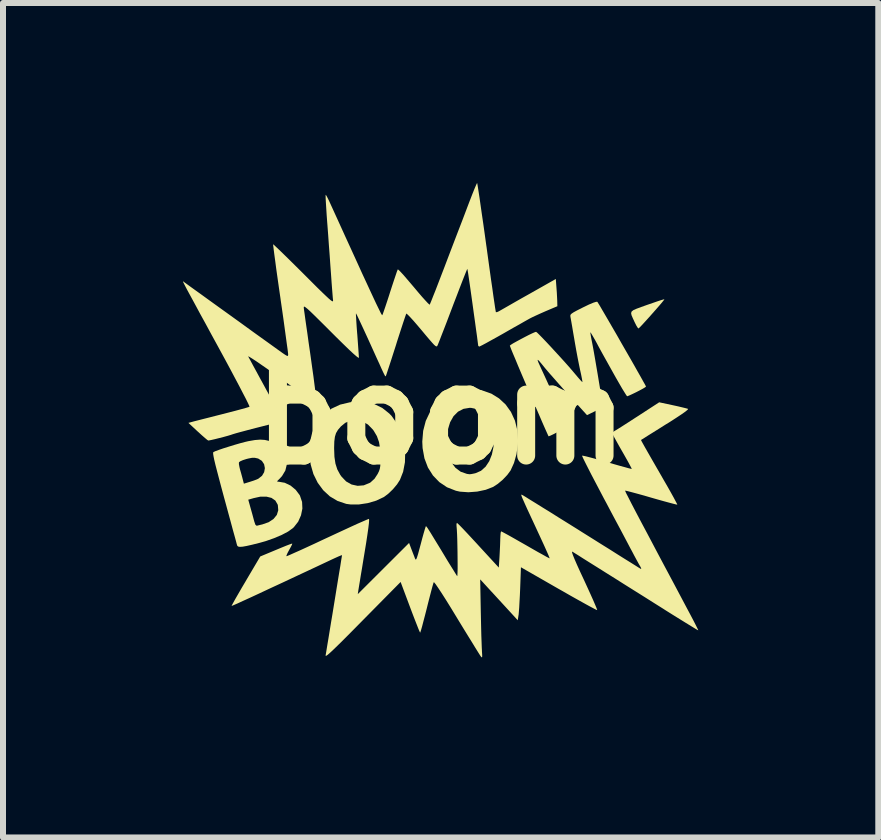
<source format=kicad_pcb>
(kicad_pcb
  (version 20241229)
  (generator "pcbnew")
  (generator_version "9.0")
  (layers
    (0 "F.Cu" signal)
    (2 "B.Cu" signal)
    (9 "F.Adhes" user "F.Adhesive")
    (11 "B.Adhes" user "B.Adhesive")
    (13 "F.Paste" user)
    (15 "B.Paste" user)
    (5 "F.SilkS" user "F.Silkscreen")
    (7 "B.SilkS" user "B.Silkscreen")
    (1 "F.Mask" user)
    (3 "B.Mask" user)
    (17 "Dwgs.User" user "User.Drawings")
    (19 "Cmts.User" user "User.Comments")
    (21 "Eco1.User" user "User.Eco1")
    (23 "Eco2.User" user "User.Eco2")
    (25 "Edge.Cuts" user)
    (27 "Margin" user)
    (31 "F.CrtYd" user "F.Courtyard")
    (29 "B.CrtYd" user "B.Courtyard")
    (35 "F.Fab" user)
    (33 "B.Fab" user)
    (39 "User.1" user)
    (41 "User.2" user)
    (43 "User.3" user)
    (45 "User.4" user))
  (footprint "boom"
    (layer "F.Cu")
    (at 4.303 3.852)
    (property "Reference" "boom" (at 0 0 0) (layer "F.SilkS") (effects (font (size 1.524 1.524) (thickness 0.3))))
    (attr board_only exclude_from_pos_files exclude_from_bom)
    (fp_poly (pts (xy 3.71 -1.901) (xy 3.682 -1.866) (xy 3.639 -1.815) (xy 3.585 -1.753) (xy 3.525 -1.685) (xy 3.464 -1.616) (xy 3.405 -1.551) (xy 3.354 -1.495) (xy 3.314 -1.453) (xy 3.291 -1.431) (xy 3.287 -1.428) (xy 3.274 -1.44) (xy 3.251 -1.477) (xy 3.224 -1.531) (xy 3.221 -1.537) (xy 3.191 -1.602) (xy 3.171 -1.649) (xy 3.164 -1.684) (xy 3.173 -1.711) (xy 3.202 -1.734) (xy 3.254 -1.757) (xy 3.332 -1.786) (xy 3.43 -1.821) (xy 3.523 -1.853) (xy 3.604 -1.881) (xy 3.668 -1.902) (xy 3.708 -1.913) (xy 3.719 -1.915)) (stroke (width 0) (type solid)) (fill yes) (layer "F.SilkS"))
    (fp_poly (pts (xy 0.691 -0.393) (xy 0.835 -0.342) (xy 0.963 -0.263) (xy 1.073 -0.161) (xy 1.162 -0.037) (xy 1.228 0.107) (xy 1.268 0.268) (xy 1.28 0.443) (xy 1.277 0.504) (xy 1.254 0.666) (xy 1.212 0.814) (xy 1.156 0.937) (xy 1.101 1.012) (xy 1.026 1.091) (xy 0.943 1.161) (xy 0.865 1.212) (xy 0.865 1.212) (xy 0.741 1.26) (xy 0.599 1.29) (xy 0.452 1.301) (xy 0.312 1.291) (xy 0.244 1.276) (xy 0.096 1.218) (xy -0.032 1.132) (xy -0.138 1.022) (xy -0.222 0.889) (xy -0.28 0.736) (xy -0.311 0.565) (xy -0.316 0.457) (xy -0.311 0.397) (xy 0.092 0.397) (xy 0.095 0.552) (xy 0.122 0.689) (xy 0.169 0.804) (xy 0.238 0.895) (xy 0.324 0.959) (xy 0.428 0.995) (xy 0.472 1.001) (xy 0.501 0.998) (xy 0.551 0.988) (xy 0.575 0.982) (xy 0.663 0.943) (xy 0.739 0.875) (xy 0.8 0.783) (xy 0.844 0.672) (xy 0.87 0.547) (xy 0.875 0.413) (xy 0.862 0.3) (xy 0.825 0.163) (xy 0.769 0.053) (xy 0.694 -0.03) (xy 0.604 -0.083) (xy 0.498 -0.105) (xy 0.475 -0.106) (xy 0.371 -0.089) (xy 0.28 -0.042) (xy 0.205 0.033) (xy 0.148 0.134) (xy 0.109 0.26) (xy 0.092 0.397) (xy -0.311 0.397) (xy -0.301 0.277) (xy -0.258 0.112) (xy -0.188 -0.036) (xy -0.094 -0.163) (xy 0.022 -0.267) (xy 0.158 -0.345) (xy 0.312 -0.396) (xy 0.365 -0.406) (xy 0.533 -0.415)) (stroke (width 0) (type solid)) (fill yes) (layer "F.SilkS"))
    (fp_poly (pts (xy -1.265 -0.202) (xy -1.115 -0.168) (xy -0.983 -0.104) (xy -0.865 -0.01) (xy -0.826 0.031) (xy -0.736 0.159) (xy -0.668 0.306) (xy -0.622 0.467) (xy -0.601 0.634) (xy -0.605 0.801) (xy -0.635 0.959) (xy -0.688 1.094) (xy -0.737 1.17) (xy -0.805 1.251) (xy -0.882 1.325) (xy -0.955 1.38) (xy -0.959 1.382) (xy -1.084 1.441) (xy -1.224 1.482) (xy -1.369 1.504) (xy -1.507 1.505) (xy -1.582 1.495) (xy -1.726 1.447) (xy -1.856 1.37) (xy -1.967 1.267) (xy -2.059 1.142) (xy -2.13 0.998) (xy -2.176 0.838) (xy -2.195 0.666) (xy -2.194 0.572) (xy -1.785 0.572) (xy -1.78 0.711) (xy -1.763 0.824) (xy -1.732 0.921) (xy -1.684 1.009) (xy -1.663 1.039) (xy -1.586 1.12) (xy -1.494 1.172) (xy -1.394 1.194) (xy -1.292 1.186) (xy -1.194 1.146) (xy -1.18 1.138) (xy -1.112 1.076) (xy -1.061 0.998) (xy -1.038 0.952) (xy -1.024 0.911) (xy -1.016 0.863) (xy -1.013 0.799) (xy -1.012 0.721) (xy -1.018 0.58) (xy -1.037 0.465) (xy -1.072 0.366) (xy -1.126 0.275) (xy -1.141 0.255) (xy -1.221 0.173) (xy -1.313 0.12) (xy -1.41 0.097) (xy -1.507 0.105) (xy -1.599 0.144) (xy -1.673 0.205) (xy -1.721 0.261) (xy -1.753 0.315) (xy -1.772 0.376) (xy -1.782 0.454) (xy -1.785 0.556) (xy -1.785 0.572) (xy -2.194 0.572) (xy -2.194 0.566) (xy -2.179 0.427) (xy -2.151 0.31) (xy -2.104 0.203) (xy -2.056 0.125) (xy -1.955 0.003) (xy -1.831 -0.091) (xy -1.686 -0.159) (xy -1.522 -0.198) (xy -1.433 -0.207)) (stroke (width 0) (type solid)) (fill yes) (layer "F.SilkS"))
    (fp_poly (pts (xy -2.94 0.429) (xy -2.862 0.447) (xy -2.853 0.449) (xy -2.748 0.496) (xy -2.666 0.564) (xy -2.609 0.648) (xy -2.578 0.742) (xy -2.574 0.841) (xy -2.598 0.939) (xy -2.653 1.031) (xy -2.693 1.075) (xy -2.726 1.107) (xy -2.735 1.121) (xy -2.721 1.126) (xy -2.706 1.126) (xy -2.608 1.143) (xy -2.512 1.189) (xy -2.426 1.26) (xy -2.359 1.349) (xy -2.353 1.362) (xy -2.319 1.463) (xy -2.314 1.573) (xy -2.337 1.685) (xy -2.384 1.791) (xy -2.455 1.882) (xy -2.474 1.9) (xy -2.552 1.956) (xy -2.658 2.012) (xy -2.785 2.066) (xy -2.924 2.115) (xy -3.027 2.144) (xy -3.15 2.175) (xy -3.243 2.196) (xy -3.31 2.208) (xy -3.356 2.211) (xy -3.384 2.206) (xy -3.398 2.194) (xy -3.401 2.187) (xy -3.408 2.164) (xy -3.422 2.11) (xy -3.444 2.03) (xy -3.473 1.926) (xy -3.506 1.803) (xy -3.544 1.664) (xy -3.585 1.513) (xy -3.609 1.425) (xy -3.216 1.425) (xy -3.173 1.579) (xy -3.151 1.657) (xy -3.131 1.731) (xy -3.116 1.787) (xy -3.112 1.799) (xy -3.096 1.844) (xy -3.076 1.859) (xy -3.064 1.857) (xy -3.025 1.847) (xy -2.982 1.837) (xy -2.876 1.8) (xy -2.795 1.746) (xy -2.74 1.679) (xy -2.716 1.601) (xy -2.723 1.516) (xy -2.727 1.504) (xy -2.765 1.439) (xy -2.829 1.395) (xy -2.914 1.374) (xy -3.017 1.375) (xy -3.126 1.399) (xy -3.216 1.425) (xy -3.609 1.425) (xy -3.616 1.4) (xy -3.666 1.214) (xy -3.707 1.059) (xy -3.74 0.933) (xy -3.766 0.832) (xy -3.766 0.831) (xy -3.372 0.831) (xy -3.363 0.88) (xy -3.354 0.918) (xy -3.334 0.988) (xy -3.315 1.058) (xy -3.308 1.085) (xy -3.289 1.158) (xy -3.188 1.127) (xy -3.126 1.107) (xy -3.073 1.087) (xy -3.049 1.076) (xy -2.987 1.027) (xy -2.951 0.966) (xy -2.939 0.899) (xy -2.952 0.834) (xy -2.989 0.778) (xy -3.049 0.74) (xy -3.06 0.737) (xy -3.106 0.727) (xy -3.152 0.727) (xy -3.21 0.738) (xy -3.247 0.747) (xy -3.306 0.766) (xy -3.351 0.786) (xy -3.371 0.802) (xy -3.372 0.831) (xy -3.766 0.831) (xy -3.784 0.756) (xy -3.795 0.7) (xy -3.801 0.662) (xy -3.801 0.64) (xy -3.797 0.632) (xy -3.763 0.616) (xy -3.703 0.594) (xy -3.624 0.567) (xy -3.534 0.539) (xy -3.44 0.51) (xy -3.35 0.484) (xy -3.271 0.463) (xy -3.215 0.45) (xy -3.106 0.431) (xy -3.018 0.424)) (stroke (width 0) (type solid)) (fill yes) (layer "F.SilkS"))
    (fp_poly (pts (xy 2.601 -1.873) (xy 2.613 -1.854) (xy 2.641 -1.809) (xy 2.681 -1.74) (xy 2.732 -1.653) (xy 2.792 -1.55) (xy 2.858 -1.436) (xy 2.929 -1.314) (xy 3.001 -1.187) (xy 3.074 -1.06) (xy 3.146 -0.935) (xy 3.213 -0.818) (xy 3.273 -0.711) (xy 3.326 -0.618) (xy 3.367 -0.544) (xy 3.397 -0.491) (xy 3.411 -0.463) (xy 3.412 -0.46) (xy 3.398 -0.448) (xy 3.36 -0.425) (xy 3.306 -0.396) (xy 3.246 -0.365) (xy 3.186 -0.336) (xy 3.136 -0.313) (xy 3.104 -0.3) (xy 3.098 -0.299) (xy 3.085 -0.314) (xy 3.058 -0.357) (xy 3.017 -0.423) (xy 2.966 -0.511) (xy 2.905 -0.617) (xy 2.838 -0.737) (xy 2.765 -0.868) (xy 2.688 -1.006) (xy 2.61 -1.149) (xy 2.602 -1.165) (xy 2.561 -1.24) (xy 2.525 -1.302) (xy 2.499 -1.346) (xy 2.486 -1.365) (xy 2.485 -1.365) (xy 2.486 -1.347) (xy 2.493 -1.303) (xy 2.504 -1.242) (xy 2.506 -1.233) (xy 2.516 -1.183) (xy 2.53 -1.109) (xy 2.547 -1.014) (xy 2.566 -0.905) (xy 2.586 -0.787) (xy 2.607 -0.664) (xy 2.627 -0.543) (xy 2.646 -0.429) (xy 2.663 -0.326) (xy 2.677 -0.241) (xy 2.686 -0.177) (xy 2.691 -0.142) (xy 2.691 -0.137) (xy 2.677 -0.119) (xy 2.637 -0.091) (xy 2.581 -0.059) (xy 2.56 -0.048) (xy 2.429 0.016) (xy 2.131 -0.313) (xy 2.042 -0.411) (xy 1.956 -0.508) (xy 1.876 -0.599) (xy 1.807 -0.677) (xy 1.754 -0.739) (xy 1.732 -0.765) (xy 1.671 -0.84) (xy 1.631 -0.887) (xy 1.61 -0.906) (xy 1.606 -0.898) (xy 1.619 -0.862) (xy 1.648 -0.798) (xy 1.663 -0.765) (xy 1.705 -0.674) (xy 1.753 -0.57) (xy 1.804 -0.457) (xy 1.856 -0.34) (xy 1.908 -0.224) (xy 1.957 -0.113) (xy 2.002 -0.012) (xy 2.039 0.075) (xy 2.069 0.144) (xy 2.087 0.189) (xy 2.093 0.206) (xy 2.079 0.218) (xy 2.041 0.241) (xy 1.989 0.271) (xy 1.929 0.303) (xy 1.871 0.333) (xy 1.823 0.356) (xy 1.793 0.368) (xy 1.789 0.369) (xy 1.781 0.354) (xy 1.761 0.309) (xy 1.729 0.238) (xy 1.688 0.145) (xy 1.639 0.031) (xy 1.583 -0.098) (xy 1.522 -0.241) (xy 1.463 -0.377) (xy 1.398 -0.529) (xy 1.337 -0.672) (xy 1.282 -0.802) (xy 1.235 -0.916) (xy 1.195 -1.01) (xy 1.166 -1.081) (xy 1.149 -1.126) (xy 1.143 -1.142) (xy 1.158 -1.155) (xy 1.197 -1.18) (xy 1.255 -1.212) (xy 1.323 -1.249) (xy 1.395 -1.287) (xy 1.463 -1.322) (xy 1.522 -1.35) (xy 1.564 -1.368) (xy 1.58 -1.372) (xy 1.597 -1.36) (xy 1.633 -1.325) (xy 1.685 -1.272) (xy 1.75 -1.204) (xy 1.823 -1.126) (xy 1.901 -1.041) (xy 1.981 -0.954) (xy 2.058 -0.869) (xy 2.129 -0.789) (xy 2.19 -0.718) (xy 2.228 -0.673) (xy 2.277 -0.615) (xy 2.317 -0.569) (xy 2.344 -0.541) (xy 2.353 -0.535) (xy 2.351 -0.553) (xy 2.343 -0.599) (xy 2.33 -0.665) (xy 2.313 -0.741) (xy 2.295 -0.828) (xy 2.273 -0.939) (xy 2.25 -1.062) (xy 2.228 -1.187) (xy 2.216 -1.258) (xy 2.198 -1.362) (xy 2.182 -1.458) (xy 2.168 -1.538) (xy 2.158 -1.595) (xy 2.153 -1.622) (xy 2.151 -1.642) (xy 2.156 -1.659) (xy 2.173 -1.676) (xy 2.206 -1.698) (xy 2.261 -1.728) (xy 2.342 -1.769) (xy 2.364 -1.78) (xy 2.461 -1.827) (xy 2.535 -1.858) (xy 2.583 -1.873)) (stroke (width 0) (type solid)) (fill yes) (layer "F.SilkS"))
    (fp_poly (pts (xy 0.602 -3.835) (xy 0.61 -3.786) (xy 0.622 -3.709) (xy 0.638 -3.605) (xy 0.656 -3.479) (xy 0.677 -3.332) (xy 0.701 -3.169) (xy 0.726 -2.991) (xy 0.752 -2.803) (xy 0.755 -2.784) (xy 0.781 -2.594) (xy 0.806 -2.414) (xy 0.829 -2.248) (xy 0.851 -2.098) (xy 0.869 -1.968) (xy 0.885 -1.86) (xy 0.897 -1.778) (xy 0.906 -1.724) (xy 0.91 -1.702) (xy 0.91 -1.701) (xy 0.928 -1.7) (xy 0.963 -1.716) (xy 0.973 -1.722) (xy 1.003 -1.739) (xy 1.059 -1.771) (xy 1.136 -1.815) (xy 1.23 -1.869) (xy 1.337 -1.93) (xy 1.453 -1.995) (xy 1.469 -2.004) (xy 1.909 -2.253) (xy 1.92 -2.107) (xy 1.926 -2.026) (xy 1.93 -1.948) (xy 1.933 -1.886) (xy 1.933 -1.88) (xy 1.935 -1.799) (xy 1.739 -1.716) (xy 1.655 -1.679) (xy 1.576 -1.643) (xy 1.512 -1.613) (xy 1.475 -1.594) (xy 1.441 -1.575) (xy 1.382 -1.542) (xy 1.302 -1.496) (xy 1.207 -1.443) (xy 1.102 -1.383) (xy 1.029 -1.341) (xy 0.924 -1.282) (xy 0.828 -1.229) (xy 0.747 -1.184) (xy 0.685 -1.151) (xy 0.645 -1.131) (xy 0.632 -1.126) (xy 0.616 -1.139) (xy 0.616 -1.142) (xy 0.613 -1.164) (xy 0.606 -1.218) (xy 0.596 -1.298) (xy 0.581 -1.403) (xy 0.564 -1.528) (xy 0.544 -1.67) (xy 0.523 -1.824) (xy 0.5 -1.988) (xy 0.476 -2.158) (xy 0.474 -2.171) (xy 0.461 -2.26) (xy 0.45 -2.335) (xy 0.441 -2.39) (xy 0.435 -2.418) (xy 0.434 -2.421) (xy 0.427 -2.406) (xy 0.409 -2.362) (xy 0.381 -2.292) (xy 0.345 -2.2) (xy 0.302 -2.089) (xy 0.254 -1.963) (xy 0.201 -1.826) (xy 0.194 -1.807) (xy 0.14 -1.665) (xy 0.09 -1.533) (xy 0.044 -1.414) (xy 0.004 -1.312) (xy -0.027 -1.231) (xy -0.05 -1.174) (xy -0.061 -1.147) (xy -0.062 -1.146) (xy -0.069 -1.133) (xy -0.079 -1.129) (xy -0.094 -1.135) (xy -0.118 -1.155) (xy -0.152 -1.192) (xy -0.201 -1.248) (xy -0.267 -1.326) (xy -0.326 -1.397) (xy -0.398 -1.482) (xy -0.462 -1.556) (xy -0.516 -1.615) (xy -0.556 -1.656) (xy -0.578 -1.675) (xy -0.582 -1.676) (xy -0.59 -1.656) (xy -0.607 -1.607) (xy -0.632 -1.533) (xy -0.663 -1.438) (xy -0.699 -1.327) (xy -0.739 -1.203) (xy -0.754 -1.153) (xy -0.795 -1.026) (xy -0.832 -0.91) (xy -0.865 -0.809) (xy -0.892 -0.727) (xy -0.911 -0.669) (xy -0.922 -0.639) (xy -0.924 -0.636) (xy -0.927 -0.632) (xy -0.929 -0.631) (xy -0.934 -0.634) (xy -0.941 -0.646) (xy -0.953 -0.669) (xy -0.971 -0.706) (xy -0.996 -0.76) (xy -1.03 -0.836) (xy -1.075 -0.934) (xy -1.132 -1.06) (xy -1.179 -1.164) (xy -1.236 -1.289) (xy -1.289 -1.404) (xy -1.335 -1.503) (xy -1.373 -1.584) (xy -1.401 -1.643) (xy -1.418 -1.675) (xy -1.421 -1.681) (xy -1.422 -1.662) (xy -1.419 -1.614) (xy -1.415 -1.542) (xy -1.409 -1.45) (xy -1.401 -1.345) (xy -1.399 -1.326) (xy -1.391 -1.216) (xy -1.384 -1.118) (xy -1.378 -1.035) (xy -1.374 -0.975) (xy -1.372 -0.943) (xy -1.372 -0.941) (xy -1.382 -0.941) (xy -1.412 -0.963) (xy -1.464 -1.008) (xy -1.537 -1.076) (xy -1.633 -1.169) (xy -1.752 -1.286) (xy -1.835 -1.369) (xy -1.954 -1.488) (xy -2.051 -1.584) (xy -2.127 -1.659) (xy -2.186 -1.716) (xy -2.229 -1.755) (xy -2.259 -1.779) (xy -2.277 -1.791) (xy -2.287 -1.792) (xy -2.291 -1.784) (xy -2.29 -1.769) (xy -2.29 -1.764) (xy -2.286 -1.733) (xy -2.277 -1.671) (xy -2.265 -1.582) (xy -2.249 -1.47) (xy -2.23 -1.339) (xy -2.21 -1.193) (xy -2.187 -1.036) (xy -2.173 -0.937) (xy -2.151 -0.778) (xy -2.13 -0.63) (xy -2.113 -0.497) (xy -2.098 -0.383) (xy -2.087 -0.29) (xy -2.08 -0.222) (xy -2.078 -0.184) (xy -2.079 -0.176) (xy -2.096 -0.186) (xy -2.138 -0.214) (xy -2.203 -0.259) (xy -2.286 -0.318) (xy -2.386 -0.389) (xy -2.499 -0.469) (xy -2.621 -0.557) (xy -2.665 -0.588) (xy -2.789 -0.677) (xy -2.903 -0.758) (xy -3.003 -0.827) (xy -3.087 -0.885) (xy -3.153 -0.928) (xy -3.197 -0.955) (xy -3.216 -0.964) (xy -3.217 -0.962) (xy -3.204 -0.938) (xy -3.176 -0.887) (xy -3.136 -0.812) (xy -3.085 -0.719) (xy -3.026 -0.61) (xy -2.961 -0.491) (xy -2.916 -0.408) (xy -2.849 -0.285) (xy -2.788 -0.172) (xy -2.736 -0.074) (xy -2.693 0.008) (xy -2.662 0.068) (xy -2.644 0.104) (xy -2.641 0.113) (xy -2.659 0.118) (xy -2.706 0.131) (xy -2.778 0.15) (xy -2.87 0.174) (xy -2.976 0.201) (xy -3.043 0.218) (xy -3.158 0.247) (xy -3.262 0.275) (xy -3.352 0.299) (xy -3.421 0.318) (xy -3.464 0.331) (xy -3.474 0.334) (xy -3.503 0.344) (xy -3.556 0.36) (xy -3.625 0.379) (xy -3.699 0.398) (xy -3.771 0.416) (xy -3.832 0.43) (xy -3.872 0.438) (xy -3.882 0.439) (xy -3.9 0.428) (xy -3.937 0.397) (xy -3.99 0.351) (xy -4.051 0.295) (xy -4.055 0.292) (xy -4.213 0.145) (xy -4.151 0.128) (xy -4.118 0.119) (xy -4.055 0.103) (xy -3.969 0.081) (xy -3.866 0.055) (xy -3.749 0.025) (xy -3.65 -0.000123) (xy -3.53 -0.031) (xy -3.422 -0.059) (xy -3.33 -0.084) (xy -3.258 -0.104) (xy -3.211 -0.118) (xy -3.195 -0.124) (xy -3.201 -0.142) (xy -3.222 -0.187) (xy -3.257 -0.258) (xy -3.306 -0.352) (xy -3.365 -0.466) (xy -3.435 -0.598) (xy -3.513 -0.745) (xy -3.599 -0.905) (xy -3.691 -1.074) (xy -3.716 -1.12) (xy -3.832 -1.332) (xy -3.931 -1.515) (xy -4.017 -1.671) (xy -4.088 -1.803) (xy -4.147 -1.912) (xy -4.195 -2) (xy -4.233 -2.07) (xy -4.261 -2.123) (xy -4.281 -2.162) (xy -4.294 -2.188) (xy -4.301 -2.204) (xy -4.303 -2.212) (xy -4.301 -2.214) (xy -4.297 -2.211) (xy -4.291 -2.206) (xy -4.29 -2.205) (xy -4.275 -2.194) (xy -4.239 -2.168) (xy -4.183 -2.127) (xy -4.104 -2.07) (xy -4.002 -1.997) (xy -3.878 -1.907) (xy -3.728 -1.799) (xy -3.554 -1.674) (xy -3.354 -1.53) (xy -3.128 -1.366) (xy -2.874 -1.184) (xy -2.713 -1.068) (xy -2.643 -1.018) (xy -2.597 -0.987) (xy -2.57 -0.972) (xy -2.556 -0.971) (xy -2.552 -0.983) (xy -2.551 -0.999) (xy -2.554 -1.025) (xy -2.561 -1.083) (xy -2.573 -1.168) (xy -2.588 -1.278) (xy -2.606 -1.409) (xy -2.626 -1.557) (xy -2.649 -1.719) (xy -2.674 -1.891) (xy -2.68 -1.935) (xy -2.705 -2.107) (xy -2.728 -2.269) (xy -2.749 -2.417) (xy -2.766 -2.547) (xy -2.781 -2.657) (xy -2.792 -2.743) (xy -2.799 -2.801) (xy -2.802 -2.829) (xy -2.802 -2.831) (xy -2.788 -2.821) (xy -2.753 -2.788) (xy -2.698 -2.736) (xy -2.626 -2.666) (xy -2.54 -2.582) (xy -2.443 -2.486) (xy -2.336 -2.38) (xy -2.295 -2.339) (xy -2.171 -2.215) (xy -2.069 -2.113) (xy -1.987 -2.033) (xy -1.923 -1.972) (xy -1.876 -1.928) (xy -1.842 -1.899) (xy -1.82 -1.884) (xy -1.808 -1.88) (xy -1.803 -1.886) (xy -1.803 -1.898) (xy -1.803 -1.9) (xy -1.807 -1.936) (xy -1.812 -2) (xy -1.819 -2.087) (xy -1.827 -2.191) (xy -1.835 -2.306) (xy -1.838 -2.348) (xy -1.848 -2.483) (xy -1.859 -2.642) (xy -1.872 -2.813) (xy -1.884 -2.983) (xy -1.896 -3.142) (xy -1.9 -3.192) (xy -1.909 -3.314) (xy -1.916 -3.425) (xy -1.922 -3.52) (xy -1.926 -3.593) (xy -1.927 -3.64) (xy -1.926 -3.656) (xy -1.916 -3.645) (xy -1.896 -3.608) (xy -1.869 -3.554) (xy -1.86 -3.534) (xy -1.725 -3.238) (xy -1.604 -2.972) (xy -1.496 -2.736) (xy -1.401 -2.528) (xy -1.318 -2.345) (xy -1.245 -2.188) (xy -1.183 -2.054) (xy -1.131 -1.942) (xy -1.088 -1.85) (xy -1.053 -1.778) (xy -1.026 -1.723) (xy -1.007 -1.684) (xy -0.993 -1.66) (xy -0.985 -1.65) (xy -0.983 -1.649) (xy -0.974 -1.669) (xy -0.957 -1.717) (xy -0.932 -1.79) (xy -0.902 -1.88) (xy -0.868 -1.984) (xy -0.853 -2.032) (xy -0.818 -2.14) (xy -0.786 -2.237) (xy -0.759 -2.317) (xy -0.739 -2.376) (xy -0.726 -2.409) (xy -0.724 -2.413) (xy -0.71 -2.404) (xy -0.677 -2.371) (xy -0.628 -2.318) (xy -0.568 -2.248) (xy -0.498 -2.166) (xy -0.458 -2.119) (xy -0.385 -2.032) (xy -0.319 -1.955) (xy -0.263 -1.893) (xy -0.222 -1.849) (xy -0.197 -1.827) (xy -0.192 -1.825) (xy -0.184 -1.844) (xy -0.164 -1.892) (xy -0.135 -1.966) (xy -0.096 -2.063) (xy -0.051 -2.18) (xy 0.000085 -2.313) (xy 0.056 -2.458) (xy 0.101 -2.577) (xy 0.164 -2.742) (xy 0.227 -2.907) (xy 0.288 -3.066) (xy 0.346 -3.216) (xy 0.397 -3.35) (xy 0.44 -3.464) (xy 0.474 -3.553) (xy 0.486 -3.584) (xy 0.521 -3.674) (xy 0.552 -3.751) (xy 0.577 -3.81) (xy 0.593 -3.845) (xy 0.598 -3.852)) (stroke (width 0) (type solid)) (fill yes) (layer "F.SilkS"))
    (fp_poly (pts (xy 3.861 -0.149) (xy 3.948 -0.13) (xy 4.023 -0.112) (xy 4.08 -0.098) (xy 4.111 -0.089) (xy 4.113 -0.088) (xy 4.107 -0.075) (xy 4.071 -0.045) (xy 4.006 0.001) (xy 3.914 0.062) (xy 3.796 0.138) (xy 3.735 0.175) (xy 3.629 0.242) (xy 3.533 0.302) (xy 3.451 0.353) (xy 3.387 0.394) (xy 3.345 0.42) (xy 3.329 0.43) (xy 3.329 0.43) (xy 3.336 0.446) (xy 3.359 0.488) (xy 3.396 0.554) (xy 3.445 0.64) (xy 3.504 0.743) (xy 3.57 0.858) (xy 3.633 0.967) (xy 3.704 1.091) (xy 3.77 1.205) (xy 3.827 1.306) (xy 3.874 1.391) (xy 3.908 1.455) (xy 3.929 1.495) (xy 3.934 1.507) (xy 3.916 1.505) (xy 3.868 1.493) (xy 3.796 1.474) (xy 3.704 1.449) (xy 3.597 1.419) (xy 3.499 1.391) (xy 3.383 1.357) (xy 3.278 1.328) (xy 3.189 1.304) (xy 3.121 1.286) (xy 3.078 1.276) (xy 3.064 1.274) (xy 3.066 1.28) (xy 3.072 1.296) (xy 3.085 1.324) (xy 3.106 1.364) (xy 3.134 1.419) (xy 3.17 1.49) (xy 3.216 1.578) (xy 3.272 1.685) (xy 3.339 1.812) (xy 3.418 1.96) (xy 3.509 2.132) (xy 3.613 2.329) (xy 3.731 2.551) (xy 3.864 2.8) (xy 4.012 3.079) (xy 4.091 3.228) (xy 4.146 3.331) (xy 4.195 3.424) (xy 4.235 3.502) (xy 4.264 3.56) (xy 4.281 3.595) (xy 4.283 3.602) (xy 4.268 3.595) (xy 4.226 3.57) (xy 4.161 3.53) (xy 4.076 3.478) (xy 3.974 3.415) (xy 3.858 3.343) (xy 3.732 3.264) (xy 3.703 3.245) (xy 3.55 3.149) (xy 3.384 3.044) (xy 3.213 2.937) (xy 3.044 2.831) (xy 2.886 2.731) (xy 2.745 2.643) (xy 2.677 2.6) (xy 2.562 2.528) (xy 2.455 2.461) (xy 2.361 2.402) (xy 2.283 2.352) (xy 2.225 2.316) (xy 2.192 2.295) (xy 2.187 2.292) (xy 2.179 2.292) (xy 2.182 2.312) (xy 2.196 2.353) (xy 2.222 2.417) (xy 2.261 2.507) (xy 2.314 2.624) (xy 2.378 2.761) (xy 2.434 2.883) (xy 2.485 2.995) (xy 2.529 3.093) (xy 2.563 3.172) (xy 2.587 3.229) (xy 2.598 3.261) (xy 2.598 3.265) (xy 2.582 3.259) (xy 2.538 3.236) (xy 2.47 3.2) (xy 2.381 3.151) (xy 2.275 3.092) (xy 2.154 3.024) (xy 2.023 2.949) (xy 1.959 2.913) (xy 1.328 2.551) (xy 1.315 2.907) (xy 1.31 3.022) (xy 1.304 3.13) (xy 1.299 3.225) (xy 1.293 3.299) (xy 1.289 3.346) (xy 1.288 3.348) (xy 1.275 3.434) (xy 1.019 3.155) (xy 0.939 3.068) (xy 0.864 2.986) (xy 0.798 2.915) (xy 0.746 2.858) (xy 0.711 2.82) (xy 0.706 2.814) (xy 0.649 2.753) (xy 0.659 3.289) (xy 0.662 3.43) (xy 0.665 3.566) (xy 0.668 3.69) (xy 0.672 3.797) (xy 0.675 3.883) (xy 0.678 3.94) (xy 0.678 3.949) (xy 0.682 4.012) (xy 0.682 4.045) (xy 0.677 4.054) (xy 0.665 4.043) (xy 0.661 4.039) (xy 0.646 4.017) (xy 0.615 3.968) (xy 0.57 3.896) (xy 0.514 3.804) (xy 0.447 3.696) (xy 0.372 3.574) (xy 0.292 3.443) (xy 0.261 3.392) (xy 0.163 3.231) (xy 0.078 3.094) (xy 0.006 2.981) (xy -0.051 2.895) (xy -0.092 2.835) (xy -0.117 2.804) (xy -0.125 2.8) (xy -0.133 2.823) (xy -0.148 2.875) (xy -0.168 2.95) (xy -0.193 3.046) (xy -0.221 3.155) (xy -0.24 3.232) (xy -0.269 3.346) (xy -0.296 3.448) (xy -0.318 3.533) (xy -0.336 3.596) (xy -0.348 3.633) (xy -0.351 3.641) (xy -0.36 3.625) (xy -0.379 3.581) (xy -0.406 3.512) (xy -0.441 3.423) (xy -0.481 3.319) (xy -0.519 3.218) (xy -0.677 2.796) (xy -1.307 3.434) (xy -1.45 3.579) (xy -1.571 3.701) (xy -1.671 3.801) (xy -1.752 3.88) (xy -1.815 3.941) (xy -1.862 3.984) (xy -1.895 4.012) (xy -1.916 4.026) (xy -1.926 4.027) (xy -1.927 4.019) (xy -1.921 3.986) (xy -1.911 3.925) (xy -1.897 3.839) (xy -1.879 3.732) (xy -1.859 3.609) (xy -1.837 3.474) (xy -1.813 3.331) (xy -1.789 3.183) (xy -1.765 3.036) (xy -1.742 2.893) (xy -1.72 2.758) (xy -1.7 2.636) (xy -1.682 2.53) (xy -1.669 2.445) (xy -1.659 2.384) (xy -1.654 2.353) (xy -1.653 2.349) (xy -1.668 2.353) (xy -1.708 2.369) (xy -1.766 2.395) (xy -1.816 2.418) (xy -2.122 2.562) (xy -2.396 2.69) (xy -2.639 2.804) (xy -2.851 2.902) (xy -3.032 2.987) (xy -3.183 3.057) (xy -3.304 3.112) (xy -3.395 3.154) (xy -3.457 3.181) (xy -3.489 3.194) (xy -3.494 3.196) (xy -3.487 3.18) (xy -3.464 3.138) (xy -3.428 3.073) (xy -3.38 2.99) (xy -3.324 2.893) (xy -3.26 2.785) (xy -3.258 2.781) (xy -3.016 2.371) (xy -2.752 2.261) (xy -2.663 2.224) (xy -2.587 2.193) (xy -2.527 2.17) (xy -2.491 2.158) (xy -2.483 2.156) (xy -2.487 2.173) (xy -2.506 2.211) (xy -2.533 2.26) (xy -2.561 2.312) (xy -2.578 2.351) (xy -2.581 2.367) (xy -2.564 2.362) (xy -2.519 2.343) (xy -2.448 2.311) (xy -2.355 2.27) (xy -2.244 2.219) (xy -2.118 2.161) (xy -1.98 2.096) (xy -1.898 2.058) (xy -1.754 1.991) (xy -1.62 1.929) (xy -1.499 1.873) (xy -1.394 1.825) (xy -1.309 1.788) (xy -1.247 1.761) (xy -1.211 1.747) (xy -1.204 1.745) (xy -1.202 1.764) (xy -1.205 1.815) (xy -1.215 1.898) (xy -1.231 2.01) (xy -1.252 2.149) (xy -1.276 2.295) (xy -1.299 2.434) (xy -1.32 2.564) (xy -1.34 2.682) (xy -1.356 2.782) (xy -1.369 2.859) (xy -1.377 2.909) (xy -1.379 2.92) (xy -1.391 2.999) (xy -0.964 2.573) (xy -0.536 2.146) (xy -0.498 2.247) (xy -0.473 2.312) (xy -0.45 2.371) (xy -0.439 2.401) (xy -0.431 2.418) (xy -0.423 2.423) (xy -0.414 2.412) (xy -0.402 2.381) (xy -0.385 2.326) (xy -0.363 2.244) (xy -0.342 2.166) (xy -0.317 2.071) (xy -0.294 1.988) (xy -0.275 1.923) (xy -0.262 1.882) (xy -0.258 1.87) (xy -0.254 1.868) (xy -0.249 1.87) (xy -0.241 1.88) (xy -0.227 1.899) (xy -0.206 1.932) (xy -0.175 1.981) (xy -0.133 2.05) (xy -0.078 2.14) (xy -0.007 2.256) (xy 0.043 2.339) (xy 0.103 2.439) (xy 0.158 2.528) (xy 0.205 2.603) (xy 0.24 2.66) (xy 0.261 2.693) (xy 0.266 2.699) (xy 0.269 2.686) (xy 0.271 2.644) (xy 0.273 2.579) (xy 0.273 2.495) (xy 0.272 2.398) (xy 0.271 2.295) (xy 0.269 2.191) (xy 0.267 2.091) (xy 0.264 2.002) (xy 0.26 1.928) (xy 0.256 1.876) (xy 0.255 1.869) (xy 0.254 1.83) (xy 0.261 1.812) (xy 0.262 1.812) (xy 0.277 1.824) (xy 0.313 1.859) (xy 0.366 1.914) (xy 0.433 1.985) (xy 0.511 2.069) (xy 0.598 2.163) (xy 0.617 2.184) (xy 0.959 2.556) (xy 0.97 2.391) (xy 0.975 2.296) (xy 0.98 2.195) (xy 0.983 2.105) (xy 0.983 2.089) (xy 0.986 2.025) (xy 0.99 1.977) (xy 0.997 1.953) (xy 0.998 1.953) (xy 1.016 1.961) (xy 1.061 1.985) (xy 1.127 2.021) (xy 1.212 2.069) (xy 1.31 2.125) (xy 1.407 2.18) (xy 1.513 2.241) (xy 1.609 2.296) (xy 1.691 2.341) (xy 1.753 2.376) (xy 1.794 2.397) (xy 1.807 2.403) (xy 1.801 2.386) (xy 1.783 2.342) (xy 1.753 2.274) (xy 1.714 2.187) (xy 1.667 2.085) (xy 1.617 1.977) (xy 1.543 1.817) (xy 1.482 1.686) (xy 1.433 1.581) (xy 1.396 1.499) (xy 1.369 1.438) (xy 1.35 1.395) (xy 1.339 1.366) (xy 1.334 1.349) (xy 1.334 1.342) (xy 1.338 1.341) (xy 1.344 1.343) (xy 1.344 1.343) (xy 1.363 1.353) (xy 1.409 1.381) (xy 1.479 1.425) (xy 1.572 1.482) (xy 1.684 1.552) (xy 1.814 1.632) (xy 1.957 1.722) (xy 2.113 1.819) (xy 2.278 1.922) (xy 2.333 1.957) (xy 2.501 2.062) (xy 2.66 2.162) (xy 2.808 2.254) (xy 2.942 2.339) (xy 3.06 2.413) (xy 3.16 2.475) (xy 3.238 2.524) (xy 3.292 2.558) (xy 3.32 2.575) (xy 3.323 2.577) (xy 3.334 2.576) (xy 3.323 2.549) (xy 3.313 2.532) (xy 3.29 2.492) (xy 3.256 2.43) (xy 3.215 2.354) (xy 3.18 2.287) (xy 3.15 2.232) (xy 3.107 2.15) (xy 3.052 2.046) (xy 2.987 1.923) (xy 2.914 1.787) (xy 2.836 1.641) (xy 2.756 1.489) (xy 2.709 1.402) (xy 2.633 1.257) (xy 2.562 1.122) (xy 2.498 1) (xy 2.444 0.894) (xy 2.4 0.807) (xy 2.368 0.742) (xy 2.35 0.702) (xy 2.346 0.691) (xy 2.365 0.693) (xy 2.413 0.703) (xy 2.486 0.722) (xy 2.577 0.746) (xy 2.684 0.776) (xy 2.763 0.799) (xy 2.876 0.832) (xy 2.978 0.861) (xy 3.063 0.884) (xy 3.127 0.902) (xy 3.166 0.911) (xy 3.175 0.912) (xy 3.168 0.896) (xy 3.146 0.854) (xy 3.112 0.791) (xy 3.068 0.713) (xy 3.017 0.623) (xy 3.015 0.62) (xy 2.963 0.529) (xy 2.918 0.448) (xy 2.882 0.383) (xy 2.858 0.337) (xy 2.85 0.317) (xy 2.85 0.317) (xy 2.863 0.297) (xy 2.889 0.279) (xy 2.915 0.264) (xy 2.965 0.233) (xy 3.036 0.188) (xy 3.122 0.133) (xy 3.219 0.07) (xy 3.281 0.03) (xy 3.632 -0.198)) (stroke (width 0) (type solid)) (fill yes) (layer "F.SilkS")))
  (gr_rect
    (start -3 -3)
    (end 11.586 10.906)
    (stroke (width 0.1) (type default))
    (fill no)
    (layer "Edge.Cuts")))
</source>
